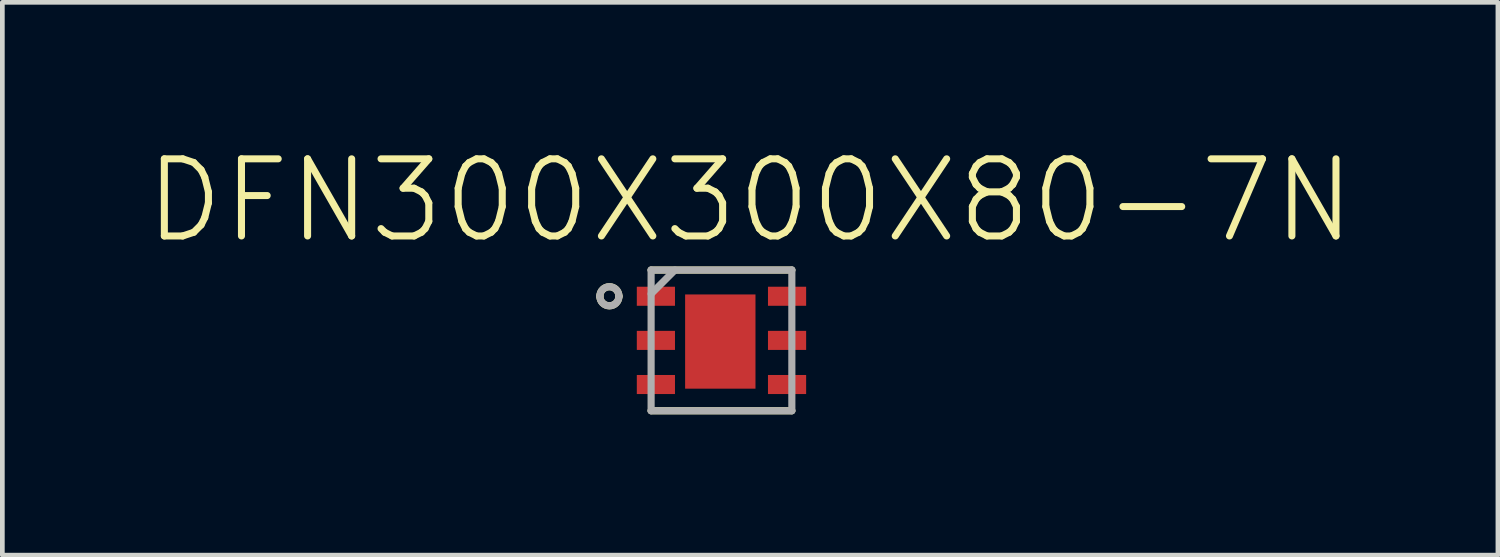
<source format=kicad_pcb>
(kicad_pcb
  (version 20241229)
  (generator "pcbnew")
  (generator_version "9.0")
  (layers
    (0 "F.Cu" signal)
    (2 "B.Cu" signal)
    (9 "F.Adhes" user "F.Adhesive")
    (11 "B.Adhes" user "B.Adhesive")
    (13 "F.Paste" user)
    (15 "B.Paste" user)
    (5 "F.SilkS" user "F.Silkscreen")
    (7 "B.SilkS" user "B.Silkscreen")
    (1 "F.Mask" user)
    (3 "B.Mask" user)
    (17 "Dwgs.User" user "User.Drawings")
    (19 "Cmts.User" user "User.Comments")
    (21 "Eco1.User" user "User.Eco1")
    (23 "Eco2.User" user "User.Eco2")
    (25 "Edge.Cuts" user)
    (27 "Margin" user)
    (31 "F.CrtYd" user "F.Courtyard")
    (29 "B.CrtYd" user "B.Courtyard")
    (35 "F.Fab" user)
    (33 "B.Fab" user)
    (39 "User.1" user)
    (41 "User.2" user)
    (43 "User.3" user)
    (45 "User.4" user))
  (footprint "DFN300X300X80-7N"
    (layer "F.Cu")
    (at 12.319 4.201)
    (property "Reference" "DFN300X300X80-7N" (at 0.611 -2.977 0) (layer "F.SilkS") (effects (font (size 1.643 1.643) (thickness 0.15))))
    (attr smd)
    (fp_line (start -1.499 1.499) (end 1.499 1.499) (stroke (width 0.152) (type solid)) (layer "F.SilkS"))
    (fp_line (start 1.499 -1.499) (end -1.499 -1.499) (stroke (width 0.152) (type solid)) (layer "F.SilkS"))
    (fp_arc (start -2.5908 -0.9398) (mid -2.3876 -1.143) (end -2.1844 -0.9398) (stroke (width 0.1524) (type solid)) (layer "F.SilkS"))
    (fp_arc (start -2.1844 -0.9398) (mid -2.3876 -0.7366) (end -2.5908 -0.9398) (stroke (width 0.1524) (type solid)) (layer "F.SilkS"))
    (fp_line (start -1.499 -1.499) (end -1.499 1.499) (stroke (width 0.152) (type solid)) (layer "F.Fab"))
    (fp_line (start -1.499 1.499) (end 1.499 1.499) (stroke (width 0.152) (type solid)) (layer "F.Fab"))
    (fp_line (start -0.991 -1.499) (end -1.499 -0.991) (stroke (width 0.152) (type solid)) (layer "F.Fab"))
    (fp_line (start 1.499 -1.499) (end -1.499 -1.499) (stroke (width 0.152) (type solid)) (layer "F.Fab"))
    (fp_line (start 1.499 1.499) (end 1.499 -1.499) (stroke (width 0.152) (type solid)) (layer "F.Fab"))
    (fp_arc (start -2.5908 -0.9398) (mid -2.3876 -1.143) (end -2.1844 -0.9398) (stroke (width 0.1524) (type solid)) (layer "F.Fab"))
    (fp_arc (start -2.1844 -0.9398) (mid -2.3876 -0.7366) (end -2.5908 -0.9398) (stroke (width 0.1524) (type solid)) (layer "F.Fab"))
    (pad "1" smd rect (at -1.397 -0.94) (size 0.813 0.406) (layers "F.Cu" "F.Mask" "F.Paste"))
    (pad "2" smd rect (at -1.397 0) (size 0.813 0.406) (layers "F.Cu" "F.Mask" "F.Paste"))
    (pad "3" smd rect (at -1.397 0.94) (size 0.813 0.406) (layers "F.Cu" "F.Mask" "F.Paste"))
    (pad "4" smd rect (at 1.397 0.94) (size 0.813 0.406) (layers "F.Cu" "F.Mask" "F.Paste"))
    (pad "5" smd rect (at 1.397 0) (size 0.813 0.406) (layers "F.Cu" "F.Mask" "F.Paste"))
    (pad "6" smd rect (at 1.397 -0.94) (size 0.813 0.406) (layers "F.Cu" "F.Mask" "F.Paste"))
    (pad "7" smd rect (at -0.025 0.025) (size 1.499 2.007) (layers "F.Cu" "F.Mask" "F.Paste")))
  (gr_rect
    (start -3 -3)
    (end 28.859 8.776)
    (stroke (width 0.1) (type default))
    (fill no)
    (layer "Edge.Cuts")))
</source>
